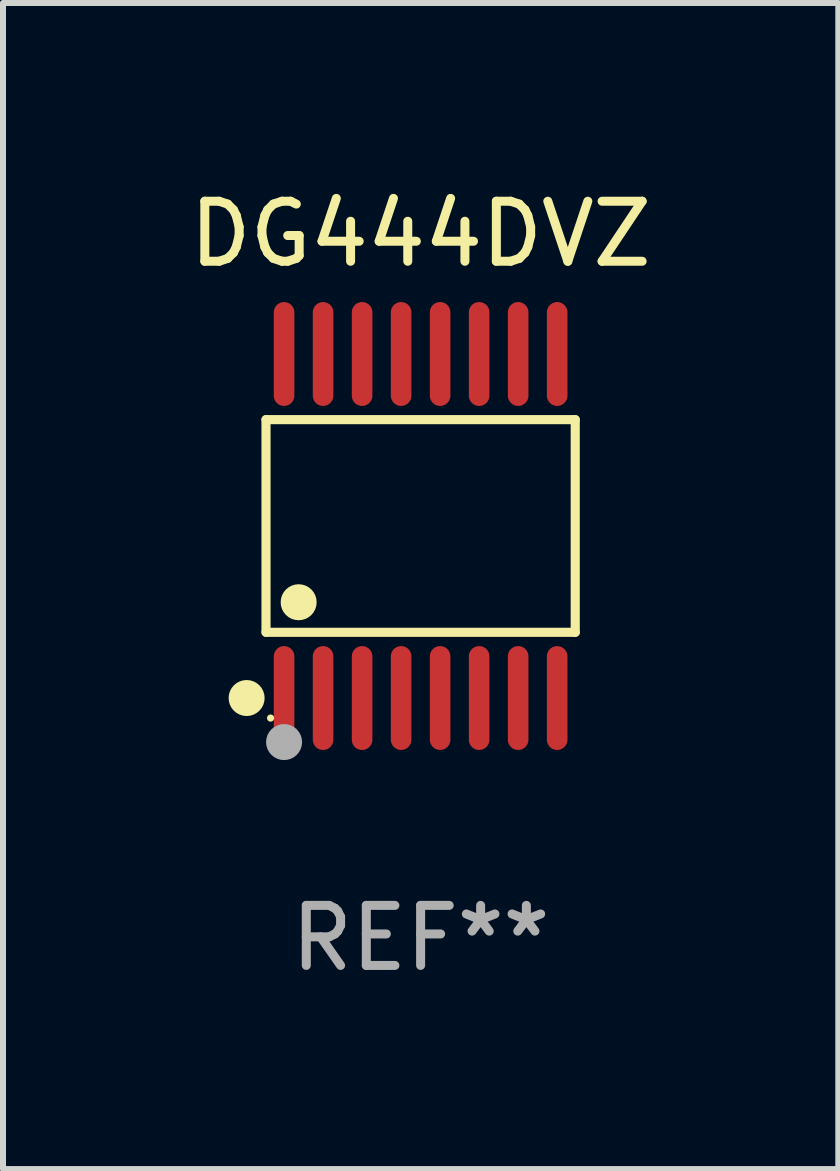
<source format=kicad_pcb>
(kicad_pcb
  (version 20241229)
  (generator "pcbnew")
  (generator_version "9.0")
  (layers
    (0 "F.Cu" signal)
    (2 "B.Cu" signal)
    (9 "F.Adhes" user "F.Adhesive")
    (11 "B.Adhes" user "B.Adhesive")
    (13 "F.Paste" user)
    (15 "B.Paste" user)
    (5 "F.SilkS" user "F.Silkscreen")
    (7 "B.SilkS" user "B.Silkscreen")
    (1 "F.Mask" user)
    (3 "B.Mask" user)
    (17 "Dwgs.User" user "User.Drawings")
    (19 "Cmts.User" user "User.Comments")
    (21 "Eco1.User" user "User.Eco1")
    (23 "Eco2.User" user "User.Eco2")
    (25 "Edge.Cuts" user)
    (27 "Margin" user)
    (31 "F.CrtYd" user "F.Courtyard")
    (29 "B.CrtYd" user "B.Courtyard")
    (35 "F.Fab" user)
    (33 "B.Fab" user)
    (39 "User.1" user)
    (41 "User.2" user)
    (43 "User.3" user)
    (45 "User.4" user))
  (footprint "DG444DVZ"
    (layer "F.Cu")
    (at 3.958 5.714)
    (property "Reference" "DG444DVZ" (at 0 -4.866 0) (layer "F.SilkS") (effects (font (size 1 1) (thickness 0.15))))
    (attr through_hole)
    (fp_line (start -2.576 -1.772) (end 2.576 -1.772) (stroke (width 0.152) (type solid)) (layer "F.SilkS"))
    (fp_line (start -2.576 1.771) (end -2.576 -1.772) (stroke (width 0.152) (type solid)) (layer "F.SilkS"))
    (fp_line (start 2.576 -1.772) (end 2.576 1.771) (stroke (width 0.152) (type solid)) (layer "F.SilkS"))
    (fp_line (start 2.576 1.771) (end -2.576 1.771) (stroke (width 0.152) (type solid)) (layer "F.SilkS"))
    (fp_circle (center -2.899 2.866) (end -2.749 2.866) (stroke (width 0.3) (type solid)) (fill no) (layer "F.SilkS"))
    (fp_circle (center -2.5 3.2) (end -2.47 3.2) (stroke (width 0.06) (type solid)) (fill no) (layer "F.SilkS"))
    (fp_circle (center -2.032 1.27) (end -1.882 1.27) (stroke (width 0.3) (type solid)) (fill no) (layer "F.SilkS"))
    (fp_circle (center -2.275 3.6) (end -2.125 3.6) (stroke (width 0.3) (type solid)) (fill no) (layer "F.Fab"))
    (fp_text user "REF**" (at 0 6.866 0) (layer "F.Fab") (effects (font (size 1 1) (thickness 0.15))))
    (pad "1" smd oval (at -2.275 2.866) (size 0.343 1.731) (layers "F.Cu" "F.Mask" "F.Paste"))
    (pad "2" smd oval (at -1.625 2.866) (size 0.343 1.731) (layers "F.Cu" "F.Mask" "F.Paste"))
    (pad "3" smd oval (at -0.975 2.866) (size 0.343 1.731) (layers "F.Cu" "F.Mask" "F.Paste"))
    (pad "4" smd oval (at -0.325 2.866) (size 0.343 1.731) (layers "F.Cu" "F.Mask" "F.Paste"))
    (pad "5" smd oval (at 0.325 2.866) (size 0.343 1.731) (layers "F.Cu" "F.Mask" "F.Paste"))
    (pad "6" smd oval (at 0.975 2.866) (size 0.343 1.731) (layers "F.Cu" "F.Mask" "F.Paste"))
    (pad "7" smd oval (at 1.625 2.866) (size 0.343 1.731) (layers "F.Cu" "F.Mask" "F.Paste"))
    (pad "8" smd oval (at 2.275 2.866) (size 0.343 1.731) (layers "F.Cu" "F.Mask" "F.Paste"))
    (pad "9" smd oval (at 2.275 -2.866) (size 0.343 1.731) (layers "F.Cu" "F.Mask" "F.Paste"))
    (pad "10" smd oval (at 1.625 -2.866) (size 0.343 1.731) (layers "F.Cu" "F.Mask" "F.Paste"))
    (pad "11" smd oval (at 0.975 -2.866) (size 0.343 1.731) (layers "F.Cu" "F.Mask" "F.Paste"))
    (pad "12" smd oval (at 0.325 -2.866) (size 0.343 1.731) (layers "F.Cu" "F.Mask" "F.Paste"))
    (pad "13" smd oval (at -0.325 -2.866) (size 0.343 1.731) (layers "F.Cu" "F.Mask" "F.Paste"))
    (pad "14" smd oval (at -0.975 -2.866) (size 0.343 1.731) (layers "F.Cu" "F.Mask" "F.Paste"))
    (pad "15" smd oval (at -1.625 -2.866) (size 0.343 1.731) (layers "F.Cu" "F.Mask" "F.Paste"))
    (pad "16" smd oval (at -2.275 -2.866) (size 0.343 1.731) (layers "F.Cu" "F.Mask" "F.Paste")))
  (gr_rect
    (start -3 -3)
    (end 10.917 16.428)
    (stroke (width 0.1) (type default))
    (fill no)
    (layer "Edge.Cuts")))
</source>
